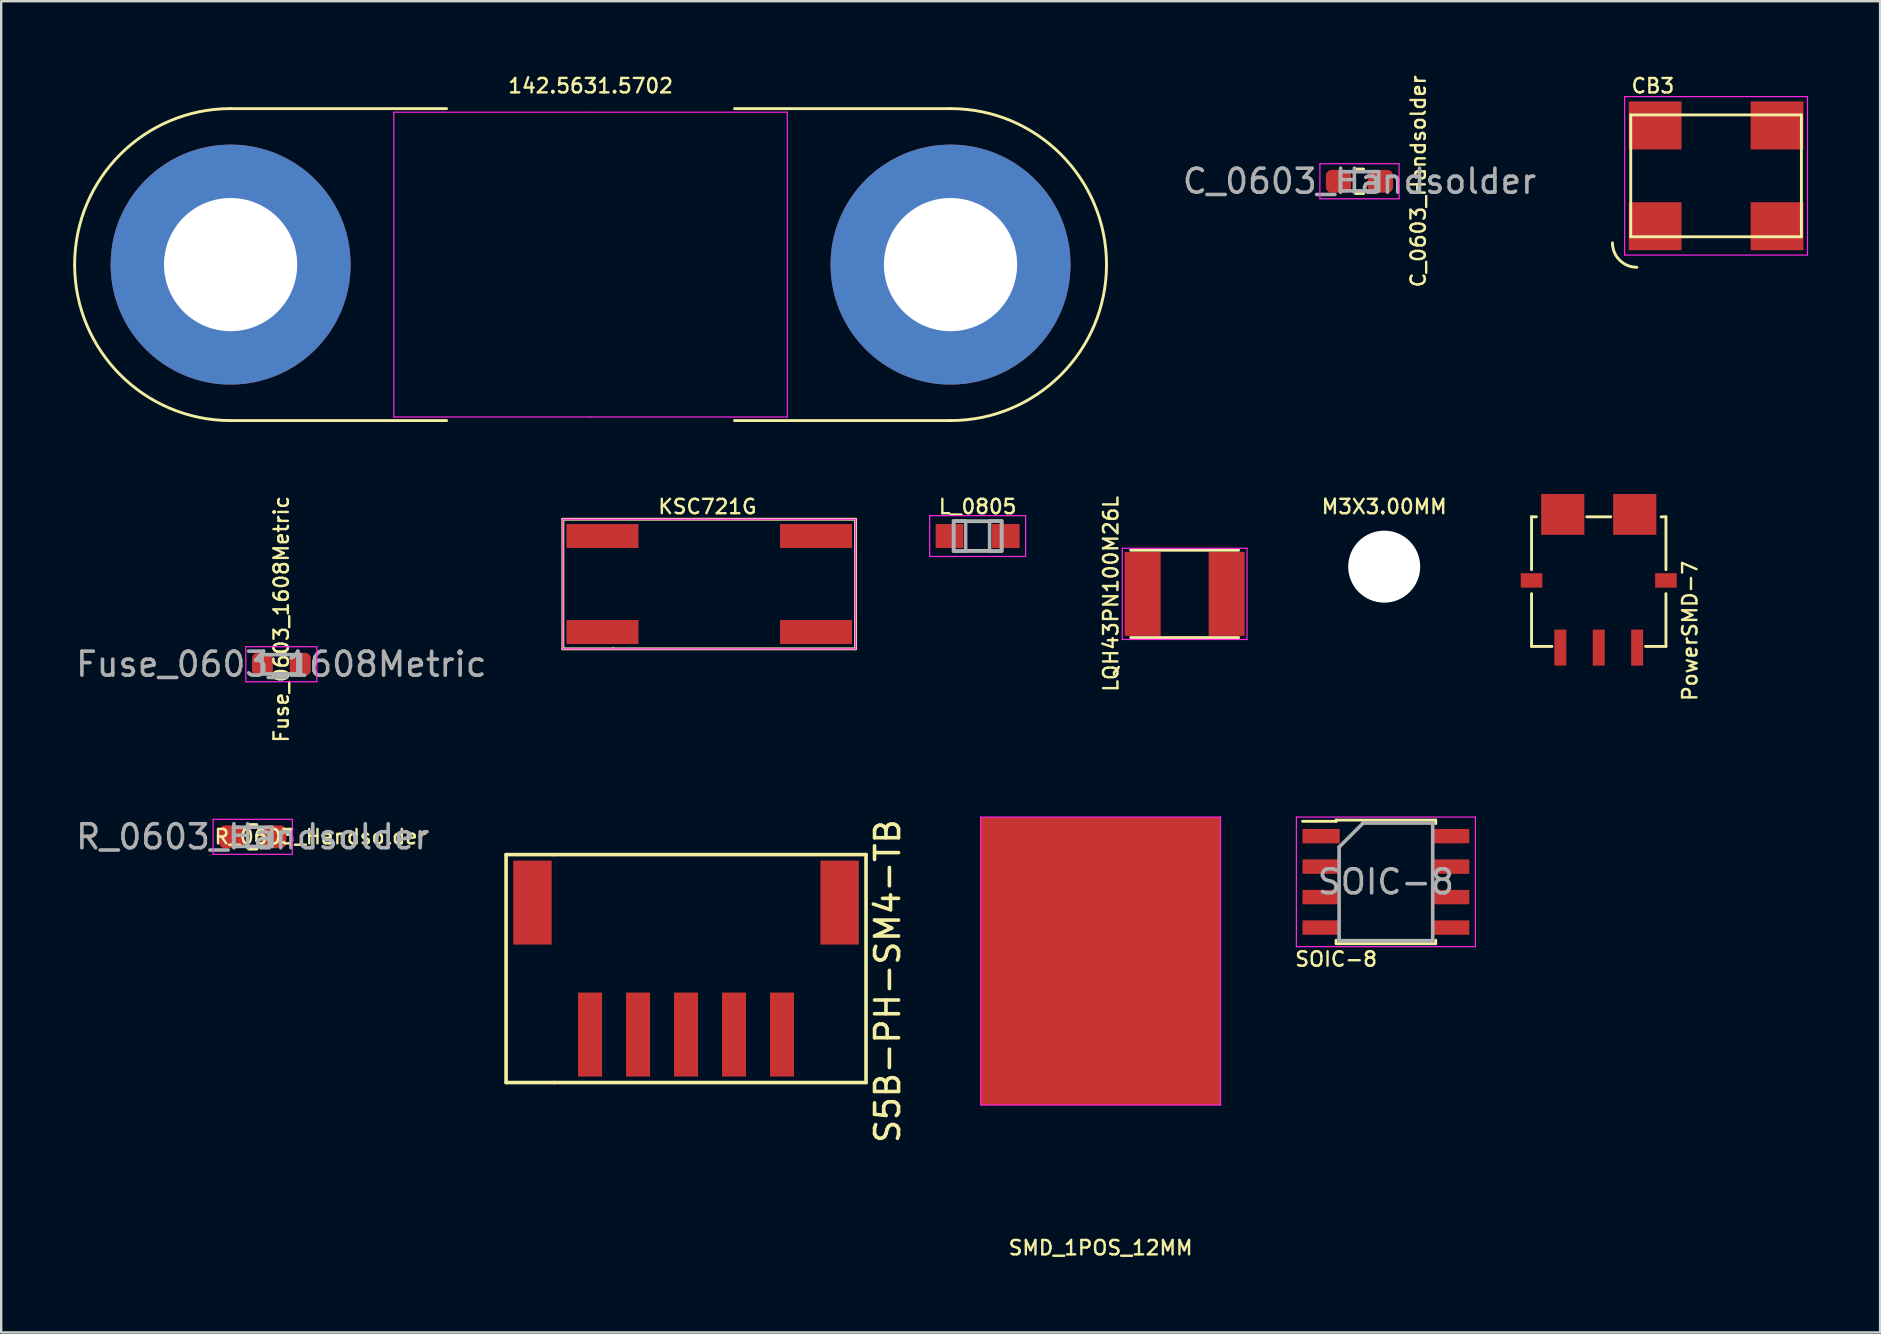
<source format=kicad_pcb>
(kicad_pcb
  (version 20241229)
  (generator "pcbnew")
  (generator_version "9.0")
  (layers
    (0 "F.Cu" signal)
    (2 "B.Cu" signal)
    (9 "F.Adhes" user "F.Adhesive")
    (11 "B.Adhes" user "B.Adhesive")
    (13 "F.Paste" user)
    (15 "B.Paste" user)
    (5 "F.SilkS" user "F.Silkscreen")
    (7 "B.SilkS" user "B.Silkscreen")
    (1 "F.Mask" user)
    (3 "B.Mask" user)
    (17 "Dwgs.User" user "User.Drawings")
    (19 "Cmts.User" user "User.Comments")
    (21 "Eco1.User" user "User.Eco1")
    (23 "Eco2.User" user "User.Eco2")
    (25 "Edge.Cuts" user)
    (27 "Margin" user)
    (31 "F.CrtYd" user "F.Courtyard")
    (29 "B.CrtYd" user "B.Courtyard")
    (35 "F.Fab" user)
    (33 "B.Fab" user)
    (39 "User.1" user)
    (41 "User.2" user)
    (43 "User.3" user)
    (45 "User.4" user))
  (footprint "SMD_1POS_12MM"
    (layer "F.Cu")
    (at 42.813 36.999)
    (property "Reference" "SMD_1POS_12MM" (at 0 11.95 0) (layer "F.SilkS") (effects (font (size 0.6 0.6) (thickness 0.1))))
    (attr through_hole)
    (fp_line (start -5 -6) (end -5 6) (stroke (width 0.05) (type solid)) (layer "F.CrtYd"))
    (fp_line (start -5 6) (end 5 6) (stroke (width 0.05) (type solid)) (layer "F.CrtYd"))
    (fp_line (start 5 -6) (end -5 -6) (stroke (width 0.05) (type solid)) (layer "F.CrtYd"))
    (fp_line (start 5 6) (end 5 -6) (stroke (width 0.05) (type solid)) (layer "F.CrtYd"))
    (pad "1" smd rect (at 0 0) (size 10 12) (layers "F.Cu" "F.Mask" "F.Paste")))
  (footprint "142.5631.5702"
    (layer "F.Cu")
    (at 21.56 7.976)
    (property "Reference" "142.5631.5702" (at 0 -7.45 180) (layer "F.SilkS") (effects (font (size 0.6 0.6) (thickness 0.1))))
    (attr through_hole)
    (fp_line (start -15 6.5) (end -6 6.5) (stroke (width 0.12) (type solid)) (layer "F.SilkS"))
    (fp_line (start -6 -6.5) (end -15 -6.5) (stroke (width 0.12) (type solid)) (layer "F.SilkS"))
    (fp_line (start 6 6.5) (end 15 6.5) (stroke (width 0.12) (type solid)) (layer "F.SilkS"))
    (fp_line (start 15 -6.5) (end 6 -6.5) (stroke (width 0.12) (type solid)) (layer "F.SilkS"))
    (fp_arc (start -21.5 0) (mid -19.596194 -4.596194) (end -15 -6.5) (stroke (width 0.12) (type solid)) (layer "F.SilkS"))
    (fp_arc (start -15 6.5) (mid -19.596194 4.596194) (end -21.5 0) (stroke (width 0.12) (type solid)) (layer "F.SilkS"))
    (fp_arc (start 15 -6.5) (mid 19.596194 -4.596194) (end 21.5 0) (stroke (width 0.12) (type solid)) (layer "F.SilkS"))
    (fp_arc (start 21.5 0) (mid 19.596194 4.596194) (end 15 6.5) (stroke (width 0.12) (type solid)) (layer "F.SilkS"))
    (fp_line (start -8.2 -6.35) (end -8.2 0) (stroke (width 0.05) (type solid)) (layer "F.CrtYd"))
    (fp_line (start -8.2 0) (end -8.2 6.35) (stroke (width 0.05) (type solid)) (layer "F.CrtYd"))
    (fp_line (start 0 -6.35) (end -8.2 -6.35) (stroke (width 0.05) (type solid)) (layer "F.CrtYd"))
    (fp_line (start 0 -6.35) (end 8.2 -6.35) (stroke (width 0.05) (type solid)) (layer "F.CrtYd"))
    (fp_line (start 0 6.35) (end -8.2 6.35) (stroke (width 0.05) (type solid)) (layer "F.CrtYd"))
    (fp_line (start 0 6.35) (end 8.2 6.35) (stroke (width 0.05) (type solid)) (layer "F.CrtYd"))
    (fp_line (start 8.2 6.35) (end 8.2 -6.35) (stroke (width 0.05) (type solid)) (layer "F.CrtYd"))
    (pad "1" thru_hole circle (at -15 0) (size 10 10) (drill 5.55) (layers "*.Cu" "*.Mask"))
    (pad "2" thru_hole circle (at 15 0) (size 10 10) (drill 5.55) (layers "*.Cu" "*.Mask")))
  (footprint "M3X3.00MM"
    (layer "F.Cu")
    (at 54.632 20.563)
    (property "Reference" "M3X3.00MM" (at 0 -2.5 0) (layer "F.SilkS") (effects (font (size 0.6 0.6) (thickness 0.1))))
    (attr through_hole)
    (pad "" np_thru_hole circle (at 0 0) (size 3 3) (drill 3) (layers "*.Cu" "*.Mask")))
  (footprint "S5B-PH-SM4-TB"
    (layer "F.Cu")
    (at 29.539 40.062)
    (property "Reference" "S5B-PH-SM4-TB" (at 4.4 -2.225 90) (layer "F.SilkS") (effects (font (size 1 1) (thickness 0.15))))
    (attr through_hole)
    (fp_line (start -11.5 -7.5) (end -11.5 2) (stroke (width 0.15) (type solid)) (layer "F.SilkS"))
    (fp_line (start -11.5 -7.5) (end 3.5 -7.5) (stroke (width 0.15) (type solid)) (layer "F.SilkS"))
    (fp_line (start -11.5 2) (end -9.5 2) (stroke (width 0.15) (type solid)) (layer "F.SilkS"))
    (fp_line (start -9.5 -7.5) (end -9.5 -7.5) (stroke (width 0.15) (type solid)) (layer "F.SilkS"))
    (fp_line (start 3.5 -7.5) (end 3.5 2) (stroke (width 0.15) (type solid)) (layer "F.SilkS"))
    (fp_line (start 3.5 2) (end -9.5 2) (stroke (width 0.15) (type solid)) (layer "F.SilkS"))
    (pad "" smd rect (at -10.4 -5.5) (size 1.6 3.5) (layers "F.Cu" "F.Mask" "F.Paste"))
    (pad "" smd rect (at 2.4 -5.5) (size 1.6 3.5) (layers "F.Cu" "F.Mask" "F.Paste"))
    (pad "1" smd rect (at 0 0) (size 1 3.5) (layers "F.Cu" "F.Mask" "F.Paste"))
    (pad "2" smd rect (at -2 0) (size 1 3.5) (layers "F.Cu" "F.Mask" "F.Paste"))
    (pad "3" smd rect (at -4 0) (size 1 3.5) (layers "F.Cu" "F.Mask" "F.Paste"))
    (pad "4" smd rect (at -6 0) (size 1 3.5) (layers "F.Cu" "F.Mask" "F.Paste"))
    (pad "5" smd rect (at -8 0) (size 1 3.5) (layers "F.Cu" "F.Mask" "F.Paste")))
  (footprint "C_0603_Handsolder"
    (layer "F.Cu")
    (at 53.602 4.504)
    (property "Reference" "C_0603_Handsolder" (at 2.45 0 90) (layer "F.SilkS") (effects (font (size 0.6 0.6) (thickness 0.1))))
    (attr smd)
    (fp_line (start -0.171 -0.51) (end 0.171 -0.51) (stroke (width 0.12) (type solid)) (layer "F.SilkS"))
    (fp_line (start -0.171 0.51) (end 0.171 0.51) (stroke (width 0.12) (type solid)) (layer "F.SilkS"))
    (fp_line (start -1.65 -0.73) (end 1.65 -0.73) (stroke (width 0.05) (type solid)) (layer "F.CrtYd"))
    (fp_line (start -1.65 0.73) (end -1.65 -0.73) (stroke (width 0.05) (type solid)) (layer "F.CrtYd"))
    (fp_line (start 1.65 -0.73) (end 1.65 0.73) (stroke (width 0.05) (type solid)) (layer "F.CrtYd"))
    (fp_line (start 1.65 0.73) (end -1.65 0.73) (stroke (width 0.05) (type solid)) (layer "F.CrtYd"))
    (fp_line (start -0.8 -0.4) (end 0.8 -0.4) (stroke (width 0.15) (type solid)) (layer "F.Fab"))
    (fp_line (start -0.8 0.4) (end -0.8 -0.4) (stroke (width 0.15) (type solid)) (layer "F.Fab"))
    (fp_line (start 0.8 -0.4) (end 0.8 0.4) (stroke (width 0.15) (type solid)) (layer "F.Fab"))
    (fp_line (start 0.8 0.4) (end -0.8 0.4) (stroke (width 0.15) (type solid)) (layer "F.Fab"))
    (fp_text user "${REFERENCE}" (at 0 0 0) (layer "F.Fab") (effects (font (size 1 1) (thickness 0.15))))
    (pad "1" smd roundrect (at -0.875 0) (size 1.05 0.95) (layers "F.Cu" "F.Mask" "F.Paste") (roundrect_rratio 0.25))
    (pad "2" smd roundrect (at 0.875 0) (size 1.05 0.95) (layers "F.Cu" "F.Mask" "F.Paste") (roundrect_rratio 0.25)))
  (footprint "CB3"
    (layer "F.Cu")
    (at 68.462 4.277)
    (property "Reference" "CB3" (at -2.635 -3.75 0) (layer "F.SilkS") (effects (font (size 0.6 0.6) (thickness 0.1))))
    (attr through_hole)
    (fp_line (start -3.556 -2.54) (end -3.556 2.54) (stroke (width 0.12) (type solid)) (layer "F.SilkS"))
    (fp_line (start -3.556 2.54) (end 3.556 2.54) (stroke (width 0.12) (type solid)) (layer "F.SilkS"))
    (fp_line (start 3.556 -2.54) (end -3.556 -2.54) (stroke (width 0.12) (type solid)) (layer "F.SilkS"))
    (fp_line (start 3.556 2.54) (end 3.556 -2.54) (stroke (width 0.12) (type solid)) (layer "F.SilkS"))
    (fp_arc (start -3.302 3.81) (mid -4.02042 3.51242) (end -4.318 2.794) (stroke (width 0.12) (type solid)) (layer "F.SilkS"))
    (fp_line (start -3.81 -3.302) (end -3.81 3.302) (stroke (width 0.05) (type solid)) (layer "F.CrtYd"))
    (fp_line (start -3.81 3.302) (end 3.81 3.302) (stroke (width 0.05) (type solid)) (layer "F.CrtYd"))
    (fp_line (start 3.81 -3.302) (end -3.81 -3.302) (stroke (width 0.05) (type solid)) (layer "F.CrtYd"))
    (fp_line (start 3.81 3.302) (end 3.81 -3.302) (stroke (width 0.05) (type solid)) (layer "F.CrtYd"))
    (pad "1" smd rect (at -2.54 2.1 270) (size 2 2.2) (layers "F.Cu" "F.Mask" "F.Paste"))
    (pad "2" smd rect (at 2.54 2.1 270) (size 2 2.2) (layers "F.Cu" "F.Mask" "F.Paste"))
    (pad "3" smd rect (at 2.54 -2.1 270) (size 2 2.2) (layers "F.Cu" "F.Mask" "F.Paste"))
    (pad "4" smd rect (at -2.54 -2.1 270) (size 2 2.2) (layers "F.Cu" "F.Mask" "F.Paste")))
  (footprint "SOIC-8"
    (layer "F.Cu")
    (at 54.703 33.699)
    (property "Reference" "SOIC-8" (at -2.075 3.22 0) (layer "F.SilkS") (effects (font (size 0.6 0.6) (thickness 0.1))))
    (attr smd)
    (fp_line (start -2.075 -2.575) (end -2.075 -2.525) (stroke (width 0.12) (type solid)) (layer "F.SilkS"))
    (fp_line (start -2.075 -2.575) (end 2.075 -2.575) (stroke (width 0.12) (type solid)) (layer "F.SilkS"))
    (fp_line (start -2.075 -2.525) (end -3.475 -2.525) (stroke (width 0.12) (type solid)) (layer "F.SilkS"))
    (fp_line (start -2.075 2.575) (end -2.075 2.43) (stroke (width 0.12) (type solid)) (layer "F.SilkS"))
    (fp_line (start -2.075 2.575) (end 2.075 2.575) (stroke (width 0.12) (type solid)) (layer "F.SilkS"))
    (fp_line (start 2.075 -2.575) (end 2.075 -2.43) (stroke (width 0.12) (type solid)) (layer "F.SilkS"))
    (fp_line (start 2.075 2.575) (end 2.075 2.43) (stroke (width 0.12) (type solid)) (layer "F.SilkS"))
    (fp_line (start -3.73 -2.7) (end -3.73 2.7) (stroke (width 0.05) (type solid)) (layer "F.CrtYd"))
    (fp_line (start -3.73 -2.7) (end 3.73 -2.7) (stroke (width 0.05) (type solid)) (layer "F.CrtYd"))
    (fp_line (start -3.73 2.7) (end 3.73 2.7) (stroke (width 0.05) (type solid)) (layer "F.CrtYd"))
    (fp_line (start 3.73 -2.7) (end 3.73 2.7) (stroke (width 0.05) (type solid)) (layer "F.CrtYd"))
    (fp_line (start -1.95 -1.45) (end -0.95 -2.45) (stroke (width 0.15) (type solid)) (layer "F.Fab"))
    (fp_line (start -1.95 2.45) (end -1.95 -1.45) (stroke (width 0.15) (type solid)) (layer "F.Fab"))
    (fp_line (start -0.95 -2.45) (end 1.95 -2.45) (stroke (width 0.15) (type solid)) (layer "F.Fab"))
    (fp_line (start 1.95 -2.45) (end 1.95 2.45) (stroke (width 0.15) (type solid)) (layer "F.Fab"))
    (fp_line (start 1.95 2.45) (end -1.95 2.45) (stroke (width 0.15) (type solid)) (layer "F.Fab"))
    (fp_text user "${REFERENCE}" (at 0 0 0) (layer "F.Fab") (effects (font (size 1 1) (thickness 0.15))))
    (pad "1" smd rect (at -2.7 -1.905) (size 1.55 0.6) (layers "F.Cu" "F.Mask" "F.Paste"))
    (pad "2" smd rect (at -2.7 -0.635) (size 1.55 0.6) (layers "F.Cu" "F.Mask" "F.Paste"))
    (pad "3" smd rect (at -2.7 0.635) (size 1.55 0.6) (layers "F.Cu" "F.Mask" "F.Paste"))
    (pad "4" smd rect (at -2.7 1.905) (size 1.55 0.6) (layers "F.Cu" "F.Mask" "F.Paste"))
    (pad "5" smd rect (at 2.7 1.905) (size 1.55 0.6) (layers "F.Cu" "F.Mask" "F.Paste"))
    (pad "6" smd rect (at 2.7 0.635) (size 1.55 0.6) (layers "F.Cu" "F.Mask" "F.Paste"))
    (pad "7" smd rect (at 2.7 -0.635) (size 1.55 0.6) (layers "F.Cu" "F.Mask" "F.Paste"))
    (pad "8" smd rect (at 2.7 -1.905) (size 1.55 0.6) (layers "F.Cu" "F.Mask" "F.Paste")))
  (footprint "Fuse_0603_1608Metric"
    (layer "F.Cu")
    (at 8.673 24.63)
    (property "Reference" "Fuse_0603_1608Metric" (at 0 -1.875 90) (layer "F.SilkS") (effects (font (size 0.6 0.6) (thickness 0.1))))
    (attr smd)
    (fp_line (start -0.163 -0.51) (end 0.163 -0.51) (stroke (width 0.12) (type solid)) (layer "F.SilkS"))
    (fp_line (start -0.163 0.51) (end 0.163 0.51) (stroke (width 0.12) (type solid)) (layer "F.SilkS"))
    (fp_line (start -1.48 -0.73) (end 1.48 -0.73) (stroke (width 0.05) (type solid)) (layer "F.CrtYd"))
    (fp_line (start -1.48 0.73) (end -1.48 -0.73) (stroke (width 0.05) (type solid)) (layer "F.CrtYd"))
    (fp_line (start 1.48 -0.73) (end 1.48 0.73) (stroke (width 0.05) (type solid)) (layer "F.CrtYd"))
    (fp_line (start 1.48 0.73) (end -1.48 0.73) (stroke (width 0.05) (type solid)) (layer "F.CrtYd"))
    (fp_line (start -0.8 -0.4) (end 0.8 -0.4) (stroke (width 0.15) (type solid)) (layer "F.Fab"))
    (fp_line (start -0.8 0.4) (end -0.8 -0.4) (stroke (width 0.15) (type solid)) (layer "F.Fab"))
    (fp_line (start 0.8 -0.4) (end 0.8 0.4) (stroke (width 0.15) (type solid)) (layer "F.Fab"))
    (fp_line (start 0.8 0.4) (end -0.8 0.4) (stroke (width 0.15) (type solid)) (layer "F.Fab"))
    (fp_text user "${REFERENCE}" (at 0 0 0) (layer "F.Fab") (effects (font (size 1 1) (thickness 0.15))))
    (pad "1" smd roundrect (at -0.787 0) (size 0.875 0.95) (layers "F.Cu" "F.Mask" "F.Paste") (roundrect_rratio 0.25))
    (pad "2" smd roundrect (at 0.787 0) (size 0.875 0.95) (layers "F.Cu" "F.Mask" "F.Paste") (roundrect_rratio 0.25)))
  (footprint "PowerSMD-7"
    (layer "F.Cu")
    (at 63.572 23.887)
    (property "Reference" "PowerSMD-7" (at 3.8 -0.65 90) (layer "F.SilkS") (effects (font (size 0.6 0.6) (thickness 0.1))))
    (attr through_hole)
    (fp_line (start -2.8 -5.4) (end -2.6 -5.4) (stroke (width 0.12) (type solid)) (layer "F.SilkS"))
    (fp_line (start -2.8 -3.2) (end -2.8 -5.4) (stroke (width 0.12) (type solid)) (layer "F.SilkS"))
    (fp_line (start -2.8 -2.2) (end -2.8 0) (stroke (width 0.12) (type solid)) (layer "F.SilkS"))
    (fp_line (start -2.8 0) (end -1.95 0) (stroke (width 0.12) (type solid)) (layer "F.SilkS"))
    (fp_line (start 0.5 -5.4) (end -0.5 -5.4) (stroke (width 0.12) (type solid)) (layer "F.SilkS"))
    (fp_line (start 1.95 0) (end 2.8 0) (stroke (width 0.12) (type solid)) (layer "F.SilkS"))
    (fp_line (start 2.8 -5.4) (end 2.6 -5.4) (stroke (width 0.12) (type solid)) (layer "F.SilkS"))
    (fp_line (start 2.8 -3.2) (end 2.8 -5.4) (stroke (width 0.12) (type solid)) (layer "F.SilkS"))
    (fp_line (start 2.8 0) (end 2.8 -2.2) (stroke (width 0.12) (type solid)) (layer "F.SilkS"))
    (pad "1" smd rect (at -1.6 0.05) (size 0.5 1.5) (layers "F.Cu" "F.Mask" "F.Paste"))
    (pad "2" smd rect (at 0 0.05) (size 0.5 1.5) (layers "F.Cu" "F.Mask" "F.Paste"))
    (pad "3" smd rect (at 1.6 0.05) (size 0.5 1.5) (layers "F.Cu" "F.Mask" "F.Paste"))
    (pad "4" smd rect (at 2.8 -2.75) (size 0.9 0.6) (layers "F.Cu" "F.Mask" "F.Paste"))
    (pad "5" smd rect (at 1.5 -5.5) (size 1.8 1.7) (layers "F.Cu" "F.Mask" "F.Paste"))
    (pad "6" smd rect (at -1.5 -5.5) (size 1.8 1.7) (layers "F.Cu" "F.Mask" "F.Paste"))
    (pad "7" smd rect (at -2.8 -2.75) (size 0.9 0.6) (layers "F.Cu" "F.Mask" "F.Paste")))
  (footprint "L_0805"
    (layer "F.Cu")
    (at 37.69 19.288)
    (property "Reference" "L_0805" (at 0 -1.225 180) (layer "F.SilkS") (effects (font (size 0.6 0.6) (thickness 0.1))))
    (attr through_hole)
    (fp_line (start -0.4 -0.6) (end 0.4 -0.6) (stroke (width 0.12) (type solid)) (layer "F.SilkS"))
    (fp_line (start -0.4 0.6) (end 0.4 0.6) (stroke (width 0.12) (type solid)) (layer "F.SilkS"))
    (fp_line (start -2 -0.85) (end 2 -0.85) (stroke (width 0.05) (type solid)) (layer "F.CrtYd"))
    (fp_line (start -2 0.85) (end -2 -0.85) (stroke (width 0.05) (type solid)) (layer "F.CrtYd"))
    (fp_line (start 2 -0.85) (end 2 0.85) (stroke (width 0.05) (type solid)) (layer "F.CrtYd"))
    (fp_line (start 2 0.85) (end -2 0.85) (stroke (width 0.05) (type solid)) (layer "F.CrtYd"))
    (fp_line (start -1 -0.625) (end 1 -0.625) (stroke (width 0.15) (type solid)) (layer "F.Fab"))
    (fp_line (start -1 0.625) (end -1 -0.625) (stroke (width 0.15) (type solid)) (layer "F.Fab"))
    (fp_line (start 1 -0.625) (end 1 0.625) (stroke (width 0.15) (type solid)) (layer "F.Fab"))
    (fp_line (start 1 0.625) (end -1 0.625) (stroke (width 0.15) (type solid)) (layer "F.Fab"))
    (fp_poly (pts (xy -1 -0.625) (xy -0.5 -0.625) (xy -0.5 0.625) (xy -1 0.625)) (stroke (width 0.15) (type solid)) (fill no) (layer "F.Fab"))
    (fp_poly (pts (xy 0.5 -0.625) (xy 1 -0.625) (xy 1 0.625) (xy 0.5 0.625)) (stroke (width 0.15) (type solid)) (fill no) (layer "F.Fab"))
    (pad "1" smd rect (at -1.175 0) (size 1.15 1) (layers "F.Cu" "F.Mask" "F.Paste"))
    (pad "2" smd rect (at 1.175 0) (size 1.15 1) (layers "F.Cu" "F.Mask" "F.Paste")))
  (footprint "R_0603_Handsolder"
    (layer "F.Cu")
    (at 7.482 31.822)
    (property "Reference" "R_0603_Handsolder" (at 2.825 0 0) (layer "F.SilkS") (effects (font (size 0.6 0.6) (thickness 0.1))))
    (attr smd)
    (fp_line (start -0.171 -0.51) (end 0.171 -0.51) (stroke (width 0.12) (type solid)) (layer "F.SilkS"))
    (fp_line (start -0.171 0.51) (end 0.171 0.51) (stroke (width 0.12) (type solid)) (layer "F.SilkS"))
    (fp_line (start -1.65 -0.73) (end 1.65 -0.73) (stroke (width 0.05) (type solid)) (layer "F.CrtYd"))
    (fp_line (start -1.65 0.73) (end -1.65 -0.73) (stroke (width 0.05) (type solid)) (layer "F.CrtYd"))
    (fp_line (start 1.65 -0.73) (end 1.65 0.73) (stroke (width 0.05) (type solid)) (layer "F.CrtYd"))
    (fp_line (start 1.65 0.73) (end -1.65 0.73) (stroke (width 0.05) (type solid)) (layer "F.CrtYd"))
    (fp_line (start -0.8 -0.4) (end 0.8 -0.4) (stroke (width 0.15) (type solid)) (layer "F.Fab"))
    (fp_line (start -0.8 0.4) (end -0.8 -0.4) (stroke (width 0.15) (type solid)) (layer "F.Fab"))
    (fp_line (start 0.8 -0.4) (end 0.8 0.4) (stroke (width 0.15) (type solid)) (layer "F.Fab"))
    (fp_line (start 0.8 0.4) (end -0.8 0.4) (stroke (width 0.15) (type solid)) (layer "F.Fab"))
    (fp_text user "${REFERENCE}" (at 0 0 0) (layer "F.Fab") (effects (font (size 1 1) (thickness 0.15))))
    (pad "1" smd roundrect (at -0.875 0) (size 1.05 0.95) (layers "F.Cu" "F.Mask" "F.Paste") (roundrect_rratio 0.25))
    (pad "2" smd roundrect (at 0.875 0) (size 1.05 0.95) (layers "F.Cu" "F.Mask" "F.Paste") (roundrect_rratio 0.25)))
  (footprint "LQH43PN100M26L"
    (layer "F.Cu")
    (at 46.317 21.698)
    (property "Reference" "LQH43PN100M26L" (at -3.075 0 90) (layer "F.SilkS") (effects (font (size 0.6 0.6) (thickness 0.1))))
    (attr through_hole)
    (fp_line (start -2.25 -1.82) (end 2.25 -1.82) (stroke (width 0.12) (type solid)) (layer "F.SilkS"))
    (fp_line (start -2.25 1.82) (end 2.25 1.82) (stroke (width 0.12) (type solid)) (layer "F.SilkS"))
    (fp_line (start -2.6 -1.9) (end -2.6 1.9) (stroke (width 0.05) (type solid)) (layer "F.CrtYd"))
    (fp_line (start -2.6 1.9) (end 2.6 1.9) (stroke (width 0.05) (type solid)) (layer "F.CrtYd"))
    (fp_line (start 2.6 -1.9) (end -2.6 -1.9) (stroke (width 0.05) (type solid)) (layer "F.CrtYd"))
    (fp_line (start 2.6 1.9) (end 2.6 -1.9) (stroke (width 0.05) (type solid)) (layer "F.CrtYd"))
    (pad "1" smd rect (at -1.75 0) (size 1.5 3.5) (layers "F.Cu" "F.Mask" "F.Paste"))
    (pad "2" smd rect (at 1.75 0) (size 1.5 3.5) (layers "F.Cu" "F.Mask" "F.Paste")))
  (footprint "KSC721G"
    (layer "F.Cu")
    (at 26.505 21.288)
    (property "Reference" "KSC721G" (at -0.075 -3.225 0) (layer "F.SilkS") (effects (font (size 0.6 0.6) (thickness 0.1))))
    (attr through_hole)
    (fp_line (start -6.1 -2.7) (end -6.1 2.7) (stroke (width 0.12) (type solid)) (layer "F.SilkS"))
    (fp_line (start -6.1 2.7) (end -4 2.7) (stroke (width 0.12) (type solid)) (layer "F.SilkS"))
    (fp_line (start -4 2.7) (end 6.1 2.7) (stroke (width 0.12) (type solid)) (layer "F.SilkS"))
    (fp_line (start 6.1 -2.7) (end -6.1 -2.7) (stroke (width 0.12) (type solid)) (layer "F.SilkS"))
    (fp_line (start 6.1 2.7) (end 6.1 -2.7) (stroke (width 0.12) (type solid)) (layer "F.SilkS"))
    (fp_line (start -6.1 -2.7) (end -6.1 2.7) (stroke (width 0.05) (type solid)) (layer "F.CrtYd"))
    (fp_line (start -6.1 2.7) (end 6.1 2.7) (stroke (width 0.05) (type solid)) (layer "F.CrtYd"))
    (fp_line (start 6.1 -2.7) (end -6.1 -2.7) (stroke (width 0.05) (type solid)) (layer "F.CrtYd"))
    (fp_line (start 6.1 2.7) (end 6.1 -2.7) (stroke (width 0.05) (type solid)) (layer "F.CrtYd"))
    (pad "1" smd rect (at -4.45 -2) (size 3 1) (layers "F.Cu" "F.Mask" "F.Paste"))
    (pad "2" smd rect (at -4.45 2) (size 3 1) (layers "F.Cu" "F.Mask" "F.Paste"))
    (pad "3" smd rect (at 4.45 -2) (size 3 1) (layers "F.Cu" "F.Mask" "F.Paste"))
    (pad "4" smd rect (at 4.45 2) (size 3 1) (layers "F.Cu" "F.Mask" "F.Paste")))
  (gr_rect
    (start -3 -3)
    (end 75.297 52.475)
    (stroke (width 0.1) (type default))
    (fill no)
    (layer "Edge.Cuts")))
</source>
